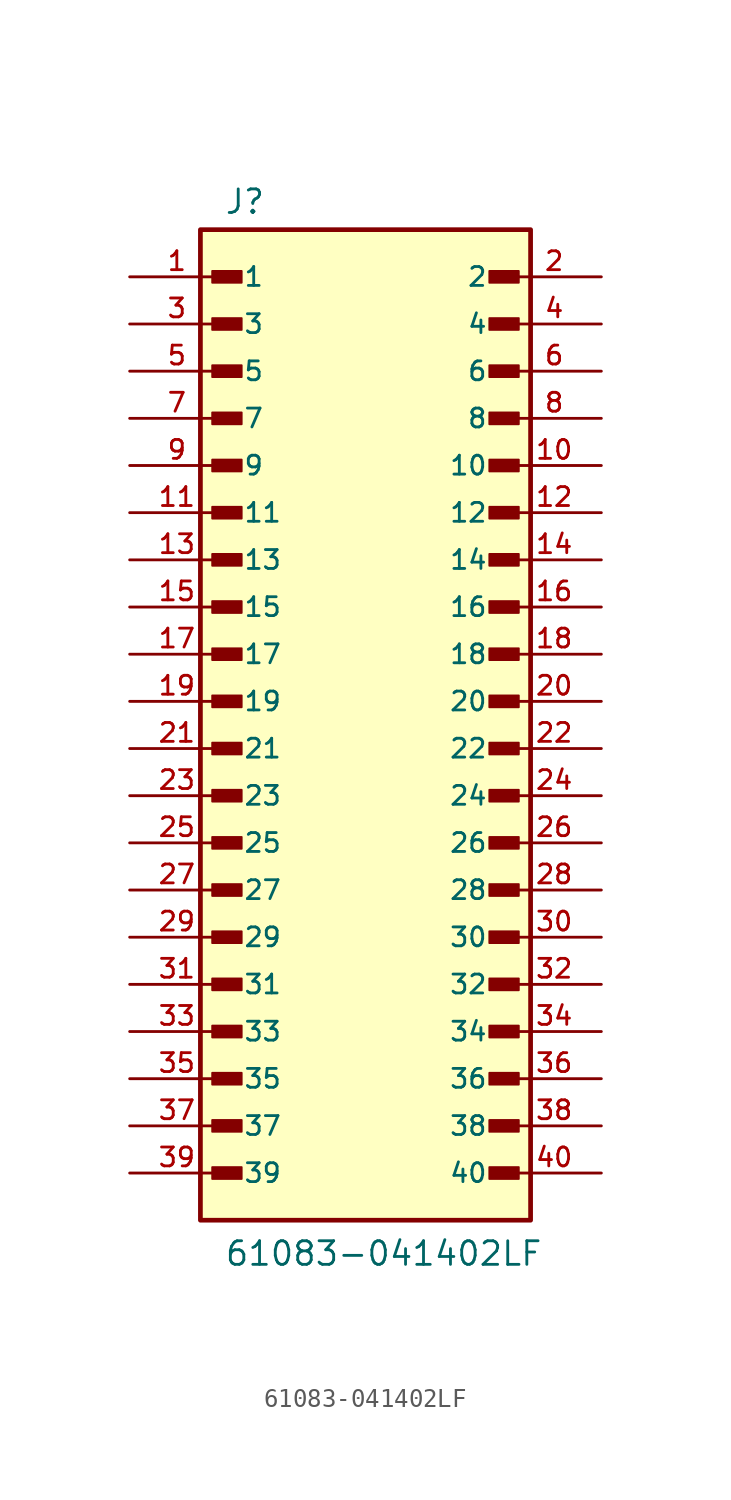
<source format=kicad_sym>
(kicad_symbol_lib
  (version 20211014)
  (generator kicad_symbol_editor)
  (symbol "61083-041402LF"
    (pin_names
      (offset 1.016))
    (property "Reference" "J"
      (at -7.62 26.162 0)
      (effects (font (size 1.27 1.27)) (justify bottom left)))
    (property "Value" "61083-041402LF"
      (at -7.62 -30.48 0)
      (effects (font (size 1.27 1.27)) (justify bottom left)))
    (symbol "61083-041402LF_0_0"
      (rectangle (start -8.255 22.543) (end -6.668 23.177) (stroke (width 0.1)) (fill (type outline)))
      (rectangle (start -8.255 20.003) (end -6.668 20.637) (stroke (width 0.1)) (fill (type outline)))
      (rectangle (start -8.255 17.462) (end -6.668 18.098) (stroke (width 0.1)) (fill (type outline)))
      (rectangle (start -8.255 14.922) (end -6.668 15.557) (stroke (width 0.1)) (fill (type outline)))
      (rectangle (start -8.255 12.383) (end -6.668 13.018) (stroke (width 0.1)) (fill (type outline)))
      (rectangle (start -8.255 9.842) (end -6.668 10.477) (stroke (width 0.1)) (fill (type outline)))
      (rectangle (start -8.255 7.303) (end -6.668 7.938) (stroke (width 0.1)) (fill (type outline)))
      (rectangle (start -8.255 4.763) (end -6.668 5.397) (stroke (width 0.1)) (fill (type outline)))
      (rectangle (start -8.255 2.223) (end -6.668 2.857) (stroke (width 0.1)) (fill (type outline)))
      (rectangle (start -8.255 -0.318) (end -6.668 0.318) (stroke (width 0.1)) (fill (type outline)))
      (rectangle (start 6.668 -0.318) (end 8.255 0.318) (stroke (width 0.1)) (fill (type outline)))
      (rectangle (start 6.668 2.223) (end 8.255 2.857) (stroke (width 0.1)) (fill (type outline)))
      (rectangle (start 6.668 4.763) (end 8.255 5.397) (stroke (width 0.1)) (fill (type outline)))
      (rectangle (start 6.668 7.303) (end 8.255 7.938) (stroke (width 0.1)) (fill (type outline)))
      (rectangle (start 6.668 9.842) (end 8.255 10.477) (stroke (width 0.1)) (fill (type outline)))
      (rectangle (start 6.668 12.383) (end 8.255 13.018) (stroke (width 0.1)) (fill (type outline)))
      (rectangle (start 6.668 14.922) (end 8.255 15.557) (stroke (width 0.1)) (fill (type outline)))
      (rectangle (start 6.668 17.462) (end 8.255 18.098) (stroke (width 0.1)) (fill (type outline)))
      (rectangle (start 6.668 20.003) (end 8.255 20.637) (stroke (width 0.1)) (fill (type outline)))
      (rectangle (start 6.668 22.543) (end 8.255 23.177) (stroke (width 0.1)) (fill (type outline)))
      (rectangle (start -8.255 -2.857) (end -6.668 -2.223) (stroke (width 0.1)) (fill (type outline)))
      (rectangle (start -8.255 -5.397) (end -6.668 -4.763) (stroke (width 0.1)) (fill (type outline)))
      (rectangle (start -8.255 -7.938) (end -6.668 -7.303) (stroke (width 0.1)) (fill (type outline)))
      (rectangle (start -8.255 -10.477) (end -6.668 -9.842) (stroke (width 0.1)) (fill (type outline)))
      (rectangle (start -8.255 -13.018) (end -6.668 -12.383) (stroke (width 0.1)) (fill (type outline)))
      (rectangle (start -8.255 -15.557) (end -6.668 -14.922) (stroke (width 0.1)) (fill (type outline)))
      (rectangle (start -8.255 -18.098) (end -6.668 -17.462) (stroke (width 0.1)) (fill (type outline)))
      (rectangle (start -8.255 -20.637) (end -6.668 -20.003) (stroke (width 0.1)) (fill (type outline)))
      (rectangle (start -8.255 -23.177) (end -6.668 -22.543) (stroke (width 0.1)) (fill (type outline)))
      (rectangle (start -8.255 -25.718) (end -6.668 -25.082) (stroke (width 0.1)) (fill (type outline)))
      (rectangle (start 6.668 -25.718) (end 8.255 -25.082) (stroke (width 0.1)) (fill (type outline)))
      (rectangle (start 6.668 -23.177) (end 8.255 -22.543) (stroke (width 0.1)) (fill (type outline)))
      (rectangle (start 6.668 -20.637) (end 8.255 -20.003) (stroke (width 0.1)) (fill (type outline)))
      (rectangle (start 6.668 -18.098) (end 8.255 -17.462) (stroke (width 0.1)) (fill (type outline)))
      (rectangle (start 6.668 -15.557) (end 8.255 -14.922) (stroke (width 0.1)) (fill (type outline)))
      (rectangle (start 6.668 -13.018) (end 8.255 -12.383) (stroke (width 0.1)) (fill (type outline)))
      (rectangle (start 6.668 -10.477) (end 8.255 -9.842) (stroke (width 0.1)) (fill (type outline)))
      (rectangle (start 6.668 -7.938) (end 8.255 -7.303) (stroke (width 0.1)) (fill (type outline)))
      (rectangle (start 6.668 -5.397) (end 8.255 -4.763) (stroke (width 0.1)) (fill (type outline)))
      (rectangle (start 6.668 -2.857) (end 8.255 -2.223) (stroke (width 0.1)) (fill (type outline)))
      (rectangle (start -8.89 -27.94) (end 8.89 25.4) (stroke (width 0.254)) (fill (type background)))
      (pin passive line (at -12.7 22.86 0) (length 5.08) (name "1" (effects (font (size 1.016 1.016)))) (number "1" (effects (font (size 1.016 1.016)))))
      (pin passive line (at 12.7 22.86 180.0) (length 5.08) (name "2" (effects (font (size 1.016 1.016)))) (number "2" (effects (font (size 1.016 1.016)))))
      (pin passive line (at -12.7 20.32 0) (length 5.08) (name "3" (effects (font (size 1.016 1.016)))) (number "3" (effects (font (size 1.016 1.016)))))
      (pin passive line (at 12.7 20.32 180.0) (length 5.08) (name "4" (effects (font (size 1.016 1.016)))) (number "4" (effects (font (size 1.016 1.016)))))
      (pin passive line (at -12.7 17.78 0) (length 5.08) (name "5" (effects (font (size 1.016 1.016)))) (number "5" (effects (font (size 1.016 1.016)))))
      (pin passive line (at 12.7 17.78 180.0) (length 5.08) (name "6" (effects (font (size 1.016 1.016)))) (number "6" (effects (font (size 1.016 1.016)))))
      (pin passive line (at -12.7 15.24 0) (length 5.08) (name "7" (effects (font (size 1.016 1.016)))) (number "7" (effects (font (size 1.016 1.016)))))
      (pin passive line (at 12.7 15.24 180.0) (length 5.08) (name "8" (effects (font (size 1.016 1.016)))) (number "8" (effects (font (size 1.016 1.016)))))
      (pin passive line (at -12.7 12.7 0) (length 5.08) (name "9" (effects (font (size 1.016 1.016)))) (number "9" (effects (font (size 1.016 1.016)))))
      (pin passive line (at 12.7 12.7 180.0) (length 5.08) (name "10" (effects (font (size 1.016 1.016)))) (number "10" (effects (font (size 1.016 1.016)))))
      (pin passive line (at -12.7 10.16 0) (length 5.08) (name "11" (effects (font (size 1.016 1.016)))) (number "11" (effects (font (size 1.016 1.016)))))
      (pin passive line (at 12.7 10.16 180.0) (length 5.08) (name "12" (effects (font (size 1.016 1.016)))) (number "12" (effects (font (size 1.016 1.016)))))
      (pin passive line (at -12.7 7.62 0) (length 5.08) (name "13" (effects (font (size 1.016 1.016)))) (number "13" (effects (font (size 1.016 1.016)))))
      (pin passive line (at 12.7 7.62 180.0) (length 5.08) (name "14" (effects (font (size 1.016 1.016)))) (number "14" (effects (font (size 1.016 1.016)))))
      (pin passive line (at -12.7 5.08 0) (length 5.08) (name "15" (effects (font (size 1.016 1.016)))) (number "15" (effects (font (size 1.016 1.016)))))
      (pin passive line (at 12.7 5.08 180.0) (length 5.08) (name "16" (effects (font (size 1.016 1.016)))) (number "16" (effects (font (size 1.016 1.016)))))
      (pin passive line (at -12.7 2.54 0) (length 5.08) (name "17" (effects (font (size 1.016 1.016)))) (number "17" (effects (font (size 1.016 1.016)))))
      (pin passive line (at 12.7 2.54 180.0) (length 5.08) (name "18" (effects (font (size 1.016 1.016)))) (number "18" (effects (font (size 1.016 1.016)))))
      (pin passive line (at -12.7 0.0 0) (length 5.08) (name "19" (effects (font (size 1.016 1.016)))) (number "19" (effects (font (size 1.016 1.016)))))
      (pin passive line (at 12.7 0.0 180.0) (length 5.08) (name "20" (effects (font (size 1.016 1.016)))) (number "20" (effects (font (size 1.016 1.016)))))
      (pin passive line (at -12.7 -2.54 0) (length 5.08) (name "21" (effects (font (size 1.016 1.016)))) (number "21" (effects (font (size 1.016 1.016)))))
      (pin passive line (at 12.7 -2.54 180.0) (length 5.08) (name "22" (effects (font (size 1.016 1.016)))) (number "22" (effects (font (size 1.016 1.016)))))
      (pin passive line (at -12.7 -5.08 0) (length 5.08) (name "23" (effects (font (size 1.016 1.016)))) (number "23" (effects (font (size 1.016 1.016)))))
      (pin passive line (at 12.7 -5.08 180.0) (length 5.08) (name "24" (effects (font (size 1.016 1.016)))) (number "24" (effects (font (size 1.016 1.016)))))
      (pin passive line (at -12.7 -7.62 0) (length 5.08) (name "25" (effects (font (size 1.016 1.016)))) (number "25" (effects (font (size 1.016 1.016)))))
      (pin passive line (at 12.7 -7.62 180.0) (length 5.08) (name "26" (effects (font (size 1.016 1.016)))) (number "26" (effects (font (size 1.016 1.016)))))
      (pin passive line (at -12.7 -10.16 0) (length 5.08) (name "27" (effects (font (size 1.016 1.016)))) (number "27" (effects (font (size 1.016 1.016)))))
      (pin passive line (at 12.7 -10.16 180.0) (length 5.08) (name "28" (effects (font (size 1.016 1.016)))) (number "28" (effects (font (size 1.016 1.016)))))
      (pin passive line (at -12.7 -12.7 0) (length 5.08) (name "29" (effects (font (size 1.016 1.016)))) (number "29" (effects (font (size 1.016 1.016)))))
      (pin passive line (at 12.7 -12.7 180.0) (length 5.08) (name "30" (effects (font (size 1.016 1.016)))) (number "30" (effects (font (size 1.016 1.016)))))
      (pin passive line (at -12.7 -15.24 0) (length 5.08) (name "31" (effects (font (size 1.016 1.016)))) (number "31" (effects (font (size 1.016 1.016)))))
      (pin passive line (at 12.7 -15.24 180.0) (length 5.08) (name "32" (effects (font (size 1.016 1.016)))) (number "32" (effects (font (size 1.016 1.016)))))
      (pin passive line (at -12.7 -17.78 0) (length 5.08) (name "33" (effects (font (size 1.016 1.016)))) (number "33" (effects (font (size 1.016 1.016)))))
      (pin passive line (at 12.7 -17.78 180.0) (length 5.08) (name "34" (effects (font (size 1.016 1.016)))) (number "34" (effects (font (size 1.016 1.016)))))
      (pin passive line (at -12.7 -20.32 0) (length 5.08) (name "35" (effects (font (size 1.016 1.016)))) (number "35" (effects (font (size 1.016 1.016)))))
      (pin passive line (at 12.7 -20.32 180.0) (length 5.08) (name "36" (effects (font (size 1.016 1.016)))) (number "36" (effects (font (size 1.016 1.016)))))
      (pin passive line (at -12.7 -22.86 0) (length 5.08) (name "37" (effects (font (size 1.016 1.016)))) (number "37" (effects (font (size 1.016 1.016)))))
      (pin passive line (at 12.7 -22.86 180.0) (length 5.08) (name "38" (effects (font (size 1.016 1.016)))) (number "38" (effects (font (size 1.016 1.016)))))
      (pin passive line (at -12.7 -25.4 0) (length 5.08) (name "39" (effects (font (size 1.016 1.016)))) (number "39" (effects (font (size 1.016 1.016)))))
      (pin passive line (at 12.7 -25.4 180.0) (length 5.08) (name "40" (effects (font (size 1.016 1.016)))) (number "40" (effects (font (size 1.016 1.016))))))))
</source>
